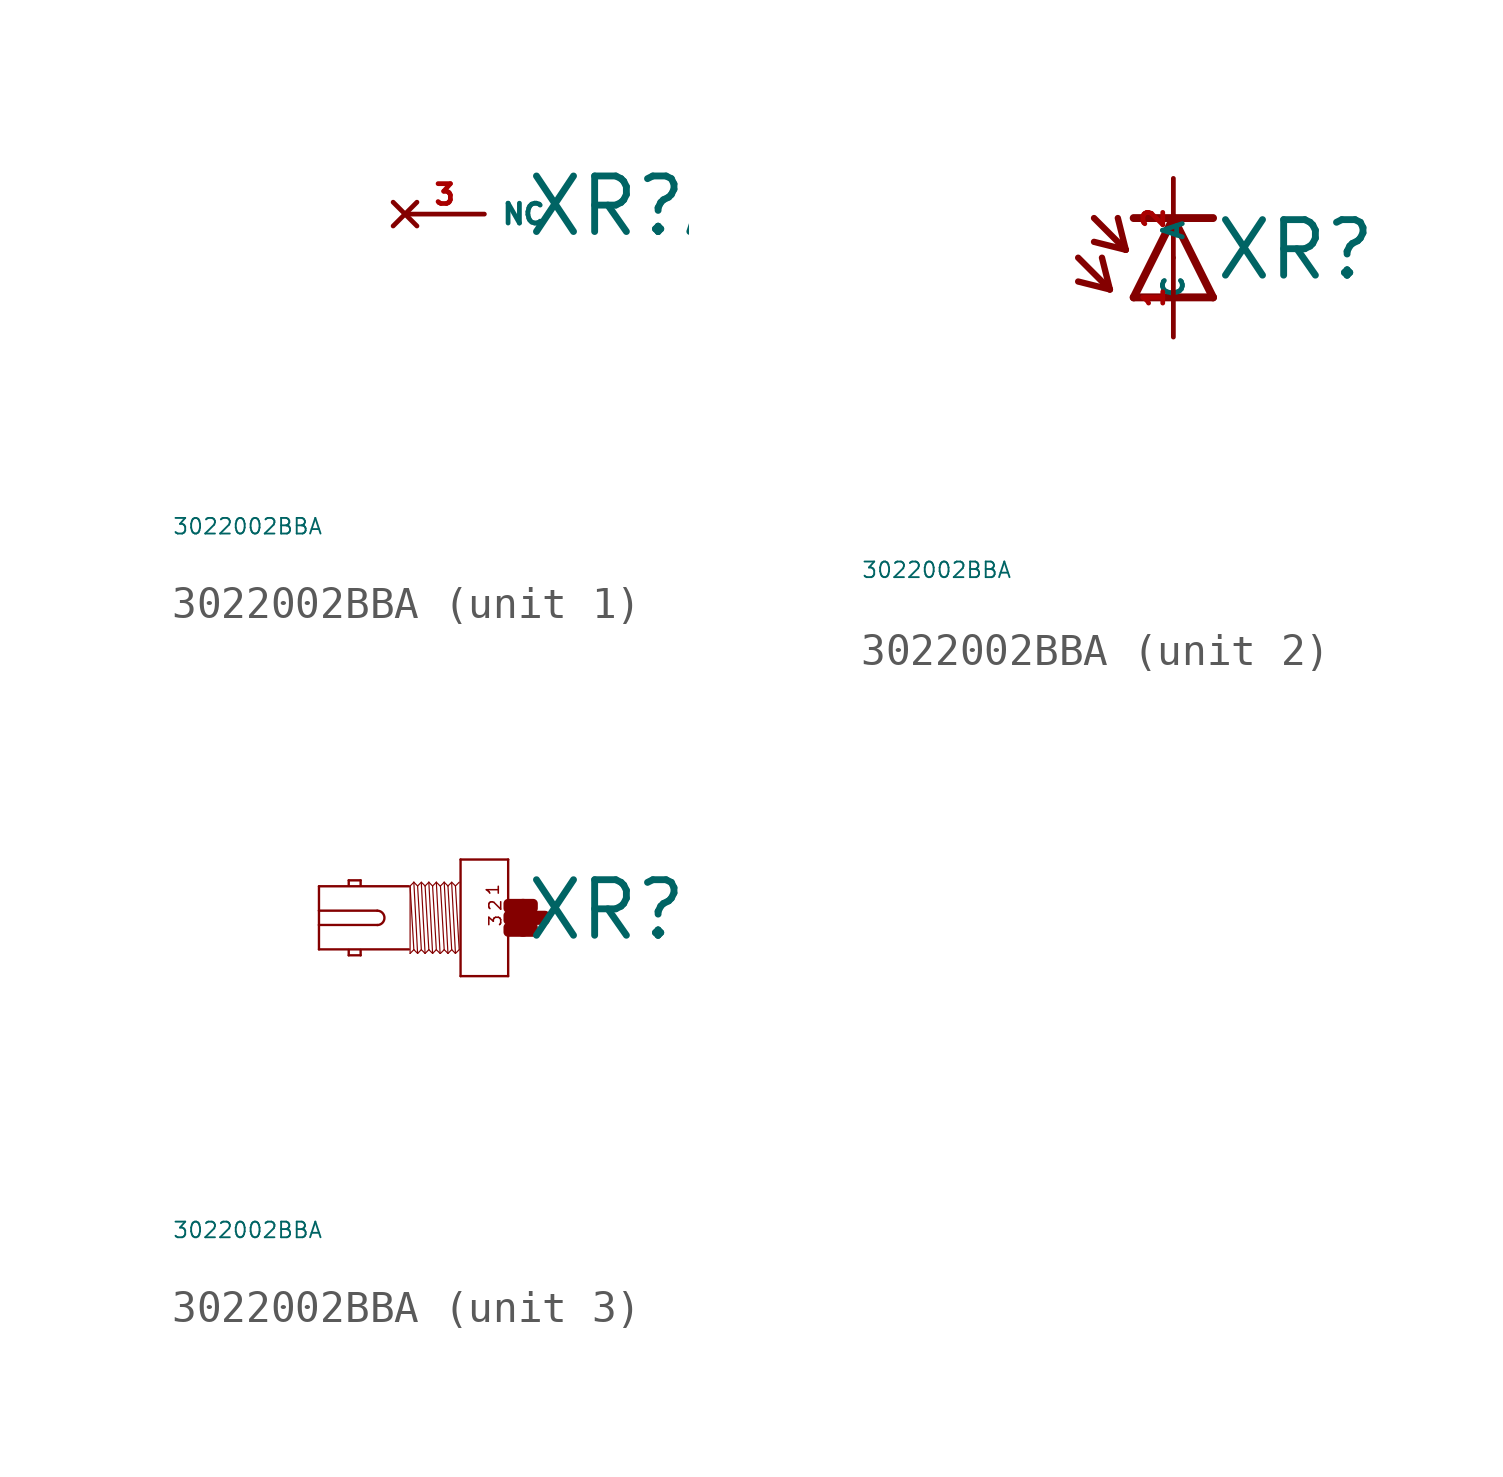
<source format=kicad_sym>
(kicad_symbol_lib
  (version 20220914)
  (generator Eagle2Kicad)
  (symbol "3022002BBA"
    (property "Reference" "XR"
      (at 1.27 -0.787 0)
      (effects (font (size 1.778 1.778) (thickness 0.22)) (justify left bottom)))
    (property "Value" "3022002BBA"
      (at -10 -10 0)
      (effects (font (size 0.5 0.5) (thickness 0.06)) (justify left)))
    (symbol "3022002BBA_1_0"
      (pin no_connect line (at -2.54 0 0) (length 2.54) (name "NC" (effects (font (size 0.635 0.635) (thickness 0.08)) (justify left bottom) hide)) (number "3" (effects (font (size 0.635 0.635) (thickness 0.08)) (justify left bottom) hide))))
    (symbol "3022002BBA_2_0"
      (polyline (pts (xy 1.27 -1.27) (xy 0 1.27)) (stroke (width 0.254) (type default)) (fill (type none)))
      (polyline (pts (xy 0 1.27) (xy -1.27 -1.27)) (stroke (width 0.254) (type default)) (fill (type none)))
      (polyline (pts (xy -1.27 1.27) (xy 0 1.27)) (stroke (width 0.254) (type default)) (fill (type none)))
      (polyline (pts (xy -1.27 -1.27) (xy 1.27 -1.27)) (stroke (width 0.254) (type default)) (fill (type none)))
      (polyline (pts (xy 0 1.27) (xy 1.27 1.27)) (stroke (width 0.254) (type default)) (fill (type none)))
      (polyline (pts (xy -3.048 0) (xy -2.032 -1.016)) (stroke (width 0.203) (type default)) (fill (type none)))
      (polyline (pts (xy -2.032 -1.016) (xy -2.286 0)) (stroke (width 0.203) (type default)) (fill (type none)))
      (polyline (pts (xy -2.032 -1.016) (xy -3.048 -0.762)) (stroke (width 0.203) (type default)) (fill (type none)))
      (polyline (pts (xy -2.54 1.27) (xy -1.524 0.254)) (stroke (width 0.203) (type default)) (fill (type none)))
      (polyline (pts (xy -1.524 0.254) (xy -1.778 1.27)) (stroke (width 0.203) (type default)) (fill (type none)))
      (polyline (pts (xy -1.524 0.254) (xy -2.54 0.508)) (stroke (width 0.203) (type default)) (fill (type none)))
      (pin passive line (at 0 -2.54 90) (length 2.54) (name "A" (effects (font (size 0.635 0.635) (thickness 0.08)) (justify left bottom))) (number "1" (effects (font (size 0.635 0.635) (thickness 0.08)) (justify left bottom))))
      (pin passive line (at 0 2.54 270) (length 2.54) (name "C" (effects (font (size 0.635 0.635) (thickness 0.08)) (justify left bottom))) (number "2" (effects (font (size 0.635 0.635) (thickness 0.08)) (justify left bottom)))))
    (symbol "3022002BBA_3_0"
      (polyline (pts (xy 0.762 1.867) (xy 0.762 -1.867)) (stroke (width 0.076) (type default)) (fill (type none)))
      (polyline (pts (xy 0.762 -1.867) (xy -0.762 -1.867)) (stroke (width 0.076) (type default)) (fill (type none)))
      (polyline (pts (xy -0.762 -1.867) (xy -0.762 1.867)) (stroke (width 0.076) (type default)) (fill (type none)))
      (polyline (pts (xy -0.762 1.867) (xy 0.762 1.867)) (stroke (width 0.076) (type default)) (fill (type none)))
      (polyline (pts (xy -2.419 1.01) (xy -5.296 1.01)) (stroke (width 0.076) (type default)) (fill (type none)))
      (polyline (pts (xy -5.296 1.01) (xy -5.296 0.229)) (stroke (width 0.076) (type default)) (fill (type none)))
      (polyline (pts (xy -5.296 0.229) (xy -5.296 -0.229)) (stroke (width 0.076) (type default)) (fill (type none)))
      (polyline (pts (xy -5.296 -0.229) (xy -5.296 -1.01)) (stroke (width 0.076) (type default)) (fill (type none)))
      (polyline (pts (xy -5.296 -1.01) (xy -2.419 -1.01)) (stroke (width 0.076) (type default)) (fill (type none)))
      (polyline (pts (xy -3.962 -1.029) (xy -3.962 -1.2)) (stroke (width 0.076) (type default)) (fill (type none)))
      (polyline (pts (xy -3.962 -1.2) (xy -4.343 -1.2)) (stroke (width 0.076) (type default)) (fill (type none)))
      (polyline (pts (xy -4.343 -1.2) (xy -4.343 -1.029)) (stroke (width 0.076) (type default)) (fill (type none)))
      (polyline (pts (xy -4.343 1.029) (xy -4.343 1.2)) (stroke (width 0.076) (type default)) (fill (type none)))
      (polyline (pts (xy -4.343 1.2) (xy -3.962 1.2)) (stroke (width 0.076) (type default)) (fill (type none)))
      (polyline (pts (xy -3.962 1.2) (xy -3.962 1.029)) (stroke (width 0.076) (type default)) (fill (type none)))
      (polyline (pts (xy -2.258 1.14) (xy -2.138 -1.14)) (stroke (width 0.038) (type default)) (fill (type none)))
      (polyline (pts (xy -2.018 1.099) (xy -1.898 -1.14)) (stroke (width 0.038) (type default)) (fill (type none)))
      (polyline (pts (xy -1.898 1.02) (xy -1.778 -1.02)) (stroke (width 0.038) (type default)) (fill (type none)))
      (polyline (pts (xy -1.778 1.14) (xy -1.658 -1.14)) (stroke (width 0.038) (type default)) (fill (type none)))
      (polyline (pts (xy -1.538 1.14) (xy -1.418 -1.14)) (stroke (width 0.038) (type default)) (fill (type none)))
      (polyline (pts (xy -2.378 -1.14) (xy -2.378 0.999)) (stroke (width 0.038) (type default)) (fill (type none)))
      (polyline (pts (xy -2.378 -1.14) (xy -2.258 -1.02)) (stroke (width 0.038) (type default)) (fill (type none)))
      (polyline (pts (xy -2.258 -1.02) (xy -2.138 -1.14)) (stroke (width 0.038) (type default)) (fill (type none)))
      (polyline (pts (xy -2.138 -1.14) (xy -2.018 -1.02)) (stroke (width 0.038) (type default)) (fill (type none)))
      (polyline (pts (xy -2.018 -1.02) (xy -1.898 -1.14)) (stroke (width 0.038) (type default)) (fill (type none)))
      (polyline (pts (xy -1.898 -1.14) (xy -1.778 -1.02)) (stroke (width 0.038) (type default)) (fill (type none)))
      (polyline (pts (xy -1.778 -1.02) (xy -1.658 -1.14)) (stroke (width 0.038) (type default)) (fill (type none)))
      (polyline (pts (xy -1.658 -1.14) (xy -1.538 -1.02)) (stroke (width 0.038) (type default)) (fill (type none)))
      (polyline (pts (xy -1.538 -1.02) (xy -1.418 -1.14)) (stroke (width 0.038) (type default)) (fill (type none)))
      (polyline (pts (xy -2.378 1.02) (xy -2.258 1.14)) (stroke (width 0.038) (type default)) (fill (type none)))
      (polyline (pts (xy -2.258 1.14) (xy -2.138 1.02)) (stroke (width 0.038) (type default)) (fill (type none)))
      (polyline (pts (xy -2.138 1.02) (xy -2.018 1.14)) (stroke (width 0.038) (type default)) (fill (type none)))
      (polyline (pts (xy -2.018 1.14) (xy -1.898 1.02)) (stroke (width 0.038) (type default)) (fill (type none)))
      (polyline (pts (xy -1.898 1.02) (xy -1.778 1.14)) (stroke (width 0.038) (type default)) (fill (type none)))
      (polyline (pts (xy -1.778 1.14) (xy -1.658 1.02)) (stroke (width 0.038) (type default)) (fill (type none)))
      (polyline (pts (xy -1.658 1.02) (xy -1.538 1.14)) (stroke (width 0.038) (type default)) (fill (type none)))
      (polyline (pts (xy -1.538 1.14) (xy -1.418 1.02)) (stroke (width 0.038) (type default)) (fill (type none)))
      (polyline (pts (xy -2.138 1.02) (xy -2.018 -1.02)) (stroke (width 0.038) (type default)) (fill (type none)))
      (polyline (pts (xy -1.658 1.02) (xy -1.538 -1.02)) (stroke (width 0.038) (type default)) (fill (type none)))
      (polyline (pts (xy -2.378 1.02) (xy -2.258 -1.02)) (stroke (width 0.038) (type default)) (fill (type none)))
      (polyline (pts (xy -1.286 1.14) (xy -1.166 -1.14)) (stroke (width 0.038) (type default)) (fill (type none)))
      (polyline (pts (xy -1.046 1.099) (xy -0.926 -1.14)) (stroke (width 0.038) (type default)) (fill (type none)))
      (polyline (pts (xy -0.926 1.02) (xy -0.806 -1.02)) (stroke (width 0.038) (type default)) (fill (type none)))
      (polyline (pts (xy -1.406 -1.14) (xy -1.286 -1.02)) (stroke (width 0.038) (type default)) (fill (type none)))
      (polyline (pts (xy -1.286 -1.02) (xy -1.166 -1.14)) (stroke (width 0.038) (type default)) (fill (type none)))
      (polyline (pts (xy -1.166 -1.14) (xy -1.046 -1.02)) (stroke (width 0.038) (type default)) (fill (type none)))
      (polyline (pts (xy -1.046 -1.02) (xy -0.926 -1.14)) (stroke (width 0.038) (type default)) (fill (type none)))
      (polyline (pts (xy -0.926 -1.14) (xy -0.806 -1.02)) (stroke (width 0.038) (type default)) (fill (type none)))
      (polyline (pts (xy -1.406 1.02) (xy -1.286 1.14)) (stroke (width 0.038) (type default)) (fill (type none)))
      (polyline (pts (xy -1.286 1.14) (xy -1.166 1.02)) (stroke (width 0.038) (type default)) (fill (type none)))
      (polyline (pts (xy -1.166 1.02) (xy -1.046 1.14)) (stroke (width 0.038) (type default)) (fill (type none)))
      (polyline (pts (xy -1.046 1.14) (xy -0.926 1.02)) (stroke (width 0.038) (type default)) (fill (type none)))
      (polyline (pts (xy -0.926 1.02) (xy -0.806 1.14)) (stroke (width 0.038) (type default)) (fill (type none)))
      (polyline (pts (xy -1.166 1.02) (xy -1.046 -1.02)) (stroke (width 0.038) (type default)) (fill (type none)))
      (polyline (pts (xy -1.406 1.02) (xy -1.286 -1.02)) (stroke (width 0.038) (type default)) (fill (type none)))
      (polyline (pts (xy -5.296 -0.229) (xy -3.429 -0.229)) (stroke (width 0.076) (type default)) (fill (type none)))
      (polyline (pts (xy -3.429 0.229) (xy -5.296 0.229)) (stroke (width 0.076) (type default)) (fill (type none)))
      (arc (start -3.429 -0.2286) (mid -3.200 0.000) (end -3.429 0.2286) (stroke (width 0.0762) (type default)) (fill (type none)))
      (text "1" (at 0.495 0.686 1800) (effects (font (size 0.381 0.381) (thickness 0.05)) (justify left bottom)))
      (text "3" (at 0.572 -0.305 1800) (effects (font (size 0.381 0.381) (thickness 0.05)) (justify left bottom)))
      (text "2" (at 0.572 0.191 1800) (effects (font (size 0.381 0.381) (thickness 0.05)) (justify left bottom)))
      (rectangle (start 0.762 -0.457) (end 1.257 -0.305) (stroke (width 0.3) (type default)) (fill (type outline)))
      (rectangle (start 0.762 -0.076) (end 1.638 0.076) (stroke (width 0.3) (type default)) (fill (type outline)))
      (rectangle (start 1.219 -0.457) (end 1.562 -0.305) (stroke (width 0.3) (type default)) (fill (type outline)))
      (rectangle (start 1.6 -0.076) (end 1.943 0.076) (stroke (width 0.3) (type default)) (fill (type outline)))
      (rectangle (start 1.219 0.305) (end 1.562 0.457) (stroke (width 0.3) (type default)) (fill (type outline)))
      (rectangle (start 0.762 0.305) (end 1.257 0.457) (stroke (width 0.3) (type default)) (fill (type outline))))))
</source>
